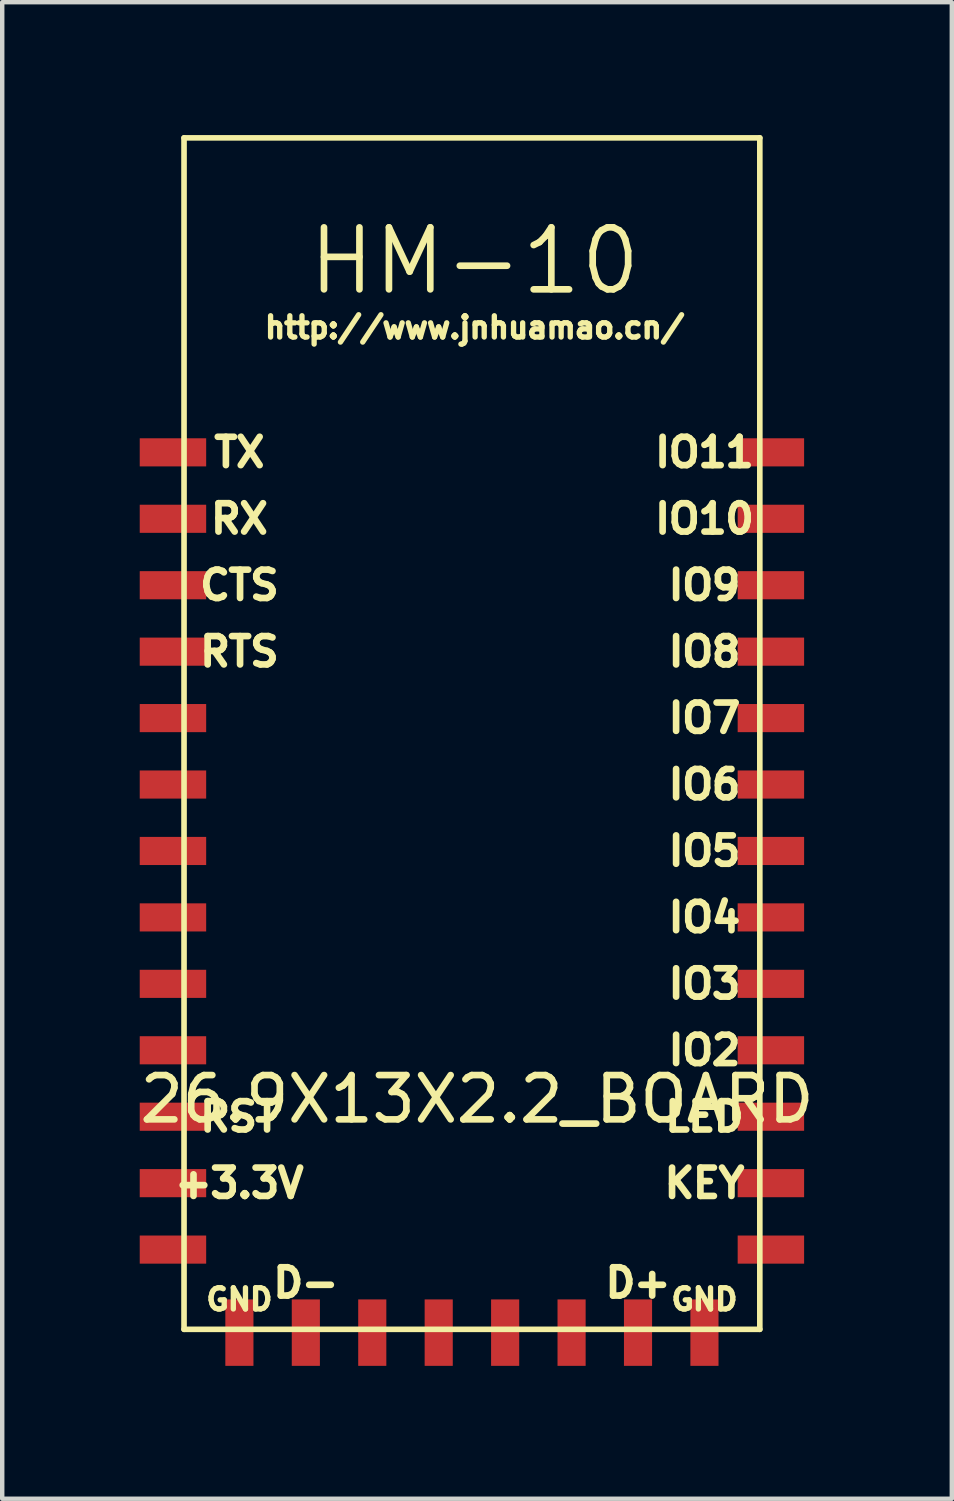
<source format=kicad_pcb>
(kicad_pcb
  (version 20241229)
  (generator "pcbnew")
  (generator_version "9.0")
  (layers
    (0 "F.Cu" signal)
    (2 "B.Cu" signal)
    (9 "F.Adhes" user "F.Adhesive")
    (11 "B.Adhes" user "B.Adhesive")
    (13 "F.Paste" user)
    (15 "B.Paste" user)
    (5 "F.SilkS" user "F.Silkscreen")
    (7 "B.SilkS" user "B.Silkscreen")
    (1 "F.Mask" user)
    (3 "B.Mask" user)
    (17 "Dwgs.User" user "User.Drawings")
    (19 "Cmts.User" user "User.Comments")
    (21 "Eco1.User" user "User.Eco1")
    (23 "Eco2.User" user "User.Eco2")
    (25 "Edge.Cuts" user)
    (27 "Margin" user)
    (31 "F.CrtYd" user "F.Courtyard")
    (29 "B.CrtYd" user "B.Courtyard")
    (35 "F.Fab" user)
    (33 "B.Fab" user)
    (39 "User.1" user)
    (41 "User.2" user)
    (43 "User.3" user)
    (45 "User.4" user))
  (footprint "26.9X13X2.2_BOARD"
    (layer "F.Cu")
    (at 8.355 7.163)
    (property "Reference" "26.9X13X2.2_BOARD" (at -0.635 14.605 180) (layer "F.SilkS") (effects (font (size 1 1) (thickness 0.15))))
    (attr smd)
    (fp_line (start -7.25 -7.1) (end 5.75 -7.1) (stroke (width 0.127) (type solid)) (layer "F.SilkS"))
    (fp_line (start -7.25 19.8) (end -7.25 -7.1) (stroke (width 0.127) (type solid)) (layer "F.SilkS"))
    (fp_line (start 5.75 -7.1) (end 5.75 19.8) (stroke (width 0.127) (type solid)) (layer "F.SilkS"))
    (fp_line (start 5.75 19.8) (end -7.25 19.8) (stroke (width 0.127) (type solid)) (layer "F.SilkS"))
    (fp_text user "KEY" (at 4.5 16.5 0) (layer "F.SilkS") (effects (font (size 0.64 0.64) (thickness 0.15))))
    (fp_text user "TX" (at -6 0 0) (layer "F.SilkS") (effects (font (size 0.64 0.64) (thickness 0.15))))
    (fp_text user "HM-10" (at -0.69 -4.32 0) (layer "F.SilkS") (effects (font (size 1.4 1.4) (thickness 0.15))))
    (fp_text user "IO9" (at 4.5 3 0) (layer "F.SilkS") (effects (font (size 0.64 0.64) (thickness 0.15))))
    (fp_text user "D-" (at -4.5 18.75 0) (layer "F.SilkS") (effects (font (size 0.64 0.64) (thickness 0.15))))
    (fp_text user "IO2" (at 4.5 13.5 0) (layer "F.SilkS") (effects (font (size 0.64 0.64) (thickness 0.15))))
    (fp_text user "LED" (at 4.5 15 0) (layer "F.SilkS") (effects (font (size 0.64 0.64) (thickness 0.15))))
    (fp_text user "D+" (at 3 18.75 0) (layer "F.SilkS") (effects (font (size 0.64 0.64) (thickness 0.15))))
    (fp_text user "GND" (at -6 19.125 0) (layer "F.SilkS") (effects (font (size 0.48 0.48) (thickness 0.15))))
    (fp_text user "+3.3V" (at -6 16.5 0) (layer "F.SilkS") (effects (font (size 0.64 0.64) (thickness 0.15))))
    (fp_text user "IO7" (at 4.5 6 0) (layer "F.SilkS") (effects (font (size 0.64 0.64) (thickness 0.15))))
    (fp_text user "IO10" (at 4.5 1.5 0) (layer "F.SilkS") (effects (font (size 0.64 0.64) (thickness 0.15))))
    (fp_text user "IO4" (at 4.5 10.5 0) (layer "F.SilkS") (effects (font (size 0.64 0.64) (thickness 0.15))))
    (fp_text user "IO11" (at 4.5 0 0) (layer "F.SilkS") (effects (font (size 0.64 0.64) (thickness 0.15))))
    (fp_text user "http://www.jnhuamao.cn/" (at -0.69 -2.82 0) (layer "F.SilkS") (effects (font (size 0.48 0.48) (thickness 0.15))))
    (fp_text user "IO8" (at 4.5 4.5 0) (layer "F.SilkS") (effects (font (size 0.64 0.64) (thickness 0.15))))
    (fp_text user "IO3" (at 4.5 12 0) (layer "F.SilkS") (effects (font (size 0.64 0.64) (thickness 0.15))))
    (fp_text user "RTS" (at -6 4.5 0) (layer "F.SilkS") (effects (font (size 0.64 0.64) (thickness 0.15))))
    (fp_text user "GND" (at 4.5 19.125 0) (layer "F.SilkS") (effects (font (size 0.48 0.48) (thickness 0.15))))
    (fp_text user "CTS" (at -6 3 0) (layer "F.SilkS") (effects (font (size 0.64 0.64) (thickness 0.15))))
    (fp_text user "RX" (at -6 1.5 0) (layer "F.SilkS") (effects (font (size 0.64 0.64) (thickness 0.15))))
    (fp_text user "RST" (at -6 15 0) (layer "F.SilkS") (effects (font (size 0.64 0.64) (thickness 0.15))))
    (fp_text user "IO5" (at 4.5 9 0) (layer "F.SilkS") (effects (font (size 0.64 0.64) (thickness 0.15))))
    (fp_text user "IO6" (at 4.5 7.5 0) (layer "F.SilkS") (effects (font (size 0.64 0.64) (thickness 0.15))))
    (pad "$7" smd rect (at -7.5 9) (size 1.5 0.635) (layers "F.Cu" "F.Mask" "F.Paste"))
    (pad "1" smd rect (at -7.5 0) (size 1.5 0.635) (layers "F.Cu" "F.Mask" "F.Paste"))
    (pad "2" smd rect (at -7.5 1.5) (size 1.5 0.635) (layers "F.Cu" "F.Mask" "F.Paste"))
    (pad "3" smd rect (at -7.5 3) (size 1.5 0.635) (layers "F.Cu" "F.Mask" "F.Paste"))
    (pad "4" smd rect (at -7.5 4.5) (size 1.5 0.635) (layers "F.Cu" "F.Mask" "F.Paste"))
    (pad "5" smd rect (at -7.5 6) (size 1.5 0.635) (layers "F.Cu" "F.Mask" "F.Paste"))
    (pad "6" smd rect (at -7.5 7.5) (size 1.5 0.635) (layers "F.Cu" "F.Mask" "F.Paste"))
    (pad "8" smd rect (at -7.5 10.5) (size 1.5 0.635) (layers "F.Cu" "F.Mask" "F.Paste"))
    (pad "9" smd rect (at -7.5 12) (size 1.5 0.635) (layers "F.Cu" "F.Mask" "F.Paste"))
    (pad "10" smd rect (at -7.5 13.5) (size 1.5 0.635) (layers "F.Cu" "F.Mask" "F.Paste"))
    (pad "11" smd rect (at -7.5 15) (size 1.5 0.635) (layers "F.Cu" "F.Mask" "F.Paste"))
    (pad "12" smd rect (at -7.5 16.5) (size 1.5 0.635) (layers "F.Cu" "F.Mask" "F.Paste"))
    (pad "13" smd rect (at -7.5 18) (size 1.5 0.635) (layers "F.Cu" "F.Mask" "F.Paste"))
    (pad "14" smd rect (at -6 19.875) (size 0.635 1.5) (layers "F.Cu" "F.Mask" "F.Paste"))
    (pad "15" smd rect (at -4.5 19.875) (size 0.635 1.5) (layers "F.Cu" "F.Mask" "F.Paste"))
    (pad "16" smd rect (at -3 19.875) (size 0.635 1.5) (layers "F.Cu" "F.Mask" "F.Paste"))
    (pad "17" smd rect (at -1.5 19.875) (size 0.635 1.5) (layers "F.Cu" "F.Mask" "F.Paste"))
    (pad "18" smd rect (at 0 19.875) (size 0.635 1.5) (layers "F.Cu" "F.Mask" "F.Paste"))
    (pad "19" smd rect (at 1.5 19.875) (size 0.635 1.5) (layers "F.Cu" "F.Mask" "F.Paste"))
    (pad "20" smd rect (at 3 19.875) (size 0.635 1.5) (layers "F.Cu" "F.Mask" "F.Paste"))
    (pad "21" smd rect (at 4.5 19.875) (size 0.635 1.5) (layers "F.Cu" "F.Mask" "F.Paste"))
    (pad "22" smd rect (at 6 18) (size 1.5 0.635) (layers "F.Cu" "F.Mask" "F.Paste"))
    (pad "23" smd rect (at 6 16.5) (size 1.5 0.635) (layers "F.Cu" "F.Mask" "F.Paste"))
    (pad "24" smd rect (at 6 15) (size 1.5 0.635) (layers "F.Cu" "F.Mask" "F.Paste"))
    (pad "25" smd rect (at 6 13.5) (size 1.5 0.635) (layers "F.Cu" "F.Mask" "F.Paste"))
    (pad "26" smd rect (at 6 12) (size 1.5 0.635) (layers "F.Cu" "F.Mask" "F.Paste"))
    (pad "27" smd rect (at 6 10.5) (size 1.5 0.635) (layers "F.Cu" "F.Mask" "F.Paste"))
    (pad "28" smd rect (at 6 9) (size 1.5 0.635) (layers "F.Cu" "F.Mask" "F.Paste"))
    (pad "29" smd rect (at 6 7.5) (size 1.5 0.635) (layers "F.Cu" "F.Mask" "F.Paste"))
    (pad "30" smd rect (at 6 6) (size 1.5 0.635) (layers "F.Cu" "F.Mask" "F.Paste"))
    (pad "31" smd rect (at 6 4.5) (size 1.5 0.635) (layers "F.Cu" "F.Mask" "F.Paste"))
    (pad "32" smd rect (at 6 3) (size 1.5 0.635) (layers "F.Cu" "F.Mask" "F.Paste"))
    (pad "33" smd rect (at 6 1.5) (size 1.5 0.635) (layers "F.Cu" "F.Mask" "F.Paste"))
    (pad "34" smd rect (at 6 0) (size 1.5 0.635) (layers "F.Cu" "F.Mask" "F.Paste")))
  (gr_rect
    (start -3 -3)
    (end 18.44 30.788)
    (stroke (width 0.1) (type default))
    (fill no)
    (layer "Edge.Cuts")))
</source>
